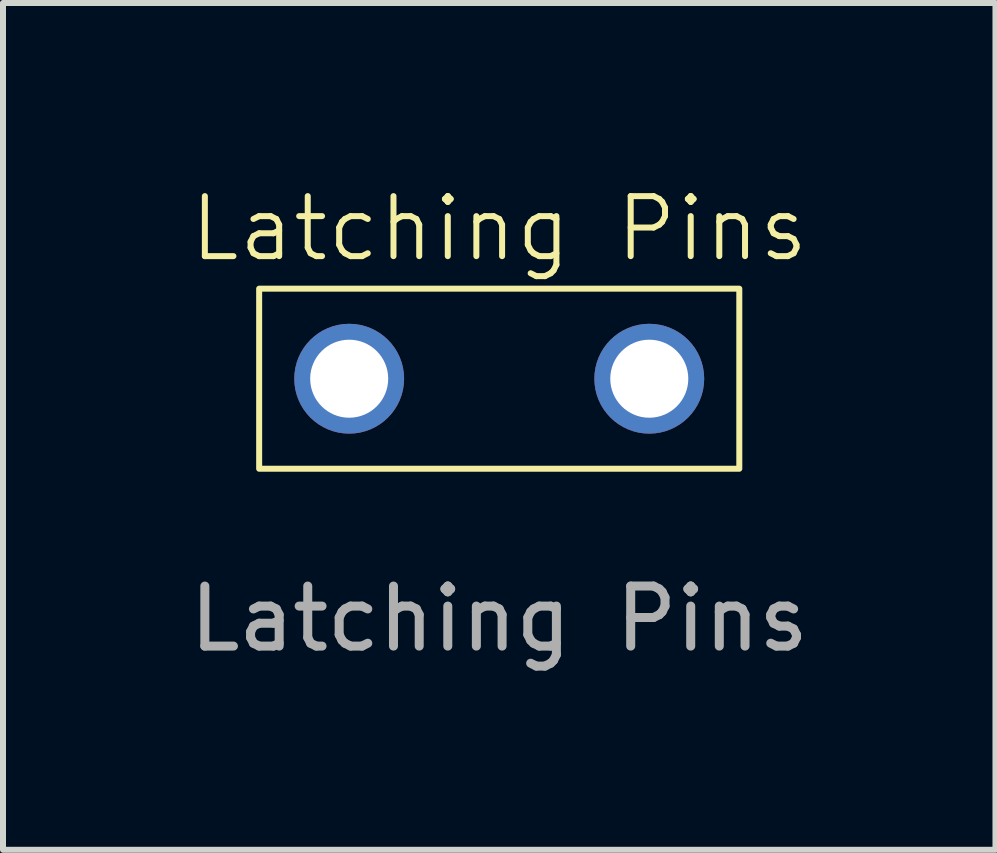
<source format=kicad_pcb>
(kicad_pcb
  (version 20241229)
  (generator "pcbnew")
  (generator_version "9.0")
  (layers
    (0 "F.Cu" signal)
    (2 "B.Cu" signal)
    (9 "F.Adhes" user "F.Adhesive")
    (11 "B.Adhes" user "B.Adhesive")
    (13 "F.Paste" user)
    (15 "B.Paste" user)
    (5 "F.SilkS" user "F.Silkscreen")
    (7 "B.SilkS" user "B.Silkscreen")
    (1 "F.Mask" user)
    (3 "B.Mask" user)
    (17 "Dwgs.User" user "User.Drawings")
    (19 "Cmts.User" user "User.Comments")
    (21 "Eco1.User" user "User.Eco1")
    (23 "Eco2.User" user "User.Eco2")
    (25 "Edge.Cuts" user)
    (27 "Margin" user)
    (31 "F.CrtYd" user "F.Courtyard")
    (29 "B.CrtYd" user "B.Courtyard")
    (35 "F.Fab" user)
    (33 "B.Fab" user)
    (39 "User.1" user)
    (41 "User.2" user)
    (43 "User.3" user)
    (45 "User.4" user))
  (footprint "Latching Pins"
    (layer "F.Cu")
    (at 5.268 3.26)
    (property "Reference" "Latching Pins" (at 0 -2.5 0) (unlocked yes) (layer "F.SilkS") (effects (font (size 1 1) (thickness 0.1))))
    (attr through_hole)
    (fp_rect (start -4 -1.5) (end 4 1.5) (stroke (width 0.1) (type default)) (fill no) (layer "F.SilkS"))
    (fp_text user "${REFERENCE}" (at 0 4 0) (unlocked yes) (layer "F.Fab") (effects (font (size 1 1) (thickness 0.15))))
    (pad "1" thru_hole circle (at -2.5 0) (size 1.83 1.83) (drill 1.3) (layers "*.Cu" "*.Mask"))
    (pad "2" thru_hole circle (at 2.5 0) (size 1.83 1.83) (drill 1.3) (layers "*.Cu" "*.Mask")))
  (gr_rect
    (start -3 -3)
    (end 13.536 11.109)
    (stroke (width 0.1) (type default))
    (fill no)
    (layer "Edge.Cuts")))
</source>
